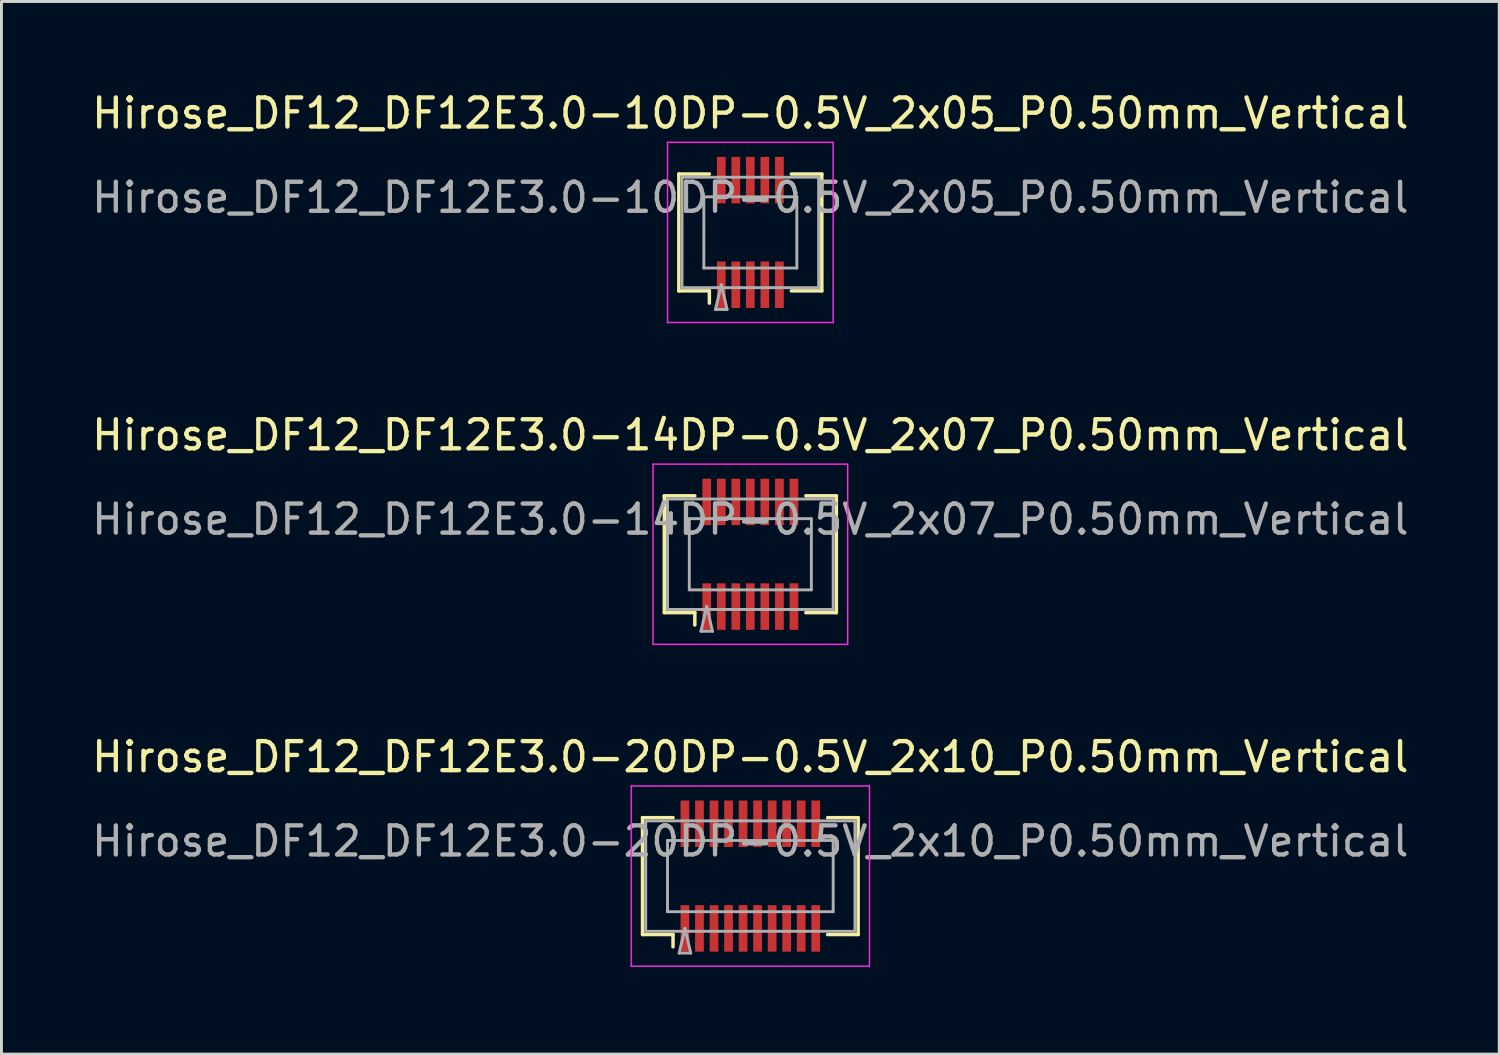
<source format=kicad_pcb>
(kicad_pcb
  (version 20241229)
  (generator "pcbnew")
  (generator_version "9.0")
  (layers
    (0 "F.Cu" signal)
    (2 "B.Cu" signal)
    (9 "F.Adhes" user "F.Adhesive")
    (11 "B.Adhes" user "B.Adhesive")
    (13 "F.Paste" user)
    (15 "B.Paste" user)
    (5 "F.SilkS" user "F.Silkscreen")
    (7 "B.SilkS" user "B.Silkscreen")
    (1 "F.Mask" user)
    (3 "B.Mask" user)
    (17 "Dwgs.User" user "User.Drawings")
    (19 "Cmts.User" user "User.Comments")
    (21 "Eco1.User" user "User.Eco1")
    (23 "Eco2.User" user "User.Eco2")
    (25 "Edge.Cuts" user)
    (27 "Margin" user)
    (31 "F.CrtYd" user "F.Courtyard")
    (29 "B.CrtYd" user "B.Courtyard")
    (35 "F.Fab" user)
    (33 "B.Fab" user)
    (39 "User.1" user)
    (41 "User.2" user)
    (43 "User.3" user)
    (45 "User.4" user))
  (footprint "Hirose_DF12_DF12E3.0-14DP-0.5V_2x07_P0.50mm_Vertical"
    (layer "F.Cu")
    (at 22.768 16.021)
    (property "Reference" "Hirose_DF12_DF12E3.0-14DP-0.5V_2x07_P0.50mm_Vertical" (at 0 -4.1 0) (layer "F.SilkS") (effects (font (size 1 1) (thickness 0.15))))
    (attr smd)
    (fp_line (start -2.96 -2.01) (end -1.91 -2.01) (stroke (width 0.12) (type solid)) (layer "F.SilkS"))
    (fp_line (start -2.96 2.01) (end -2.96 -2.01) (stroke (width 0.12) (type solid)) (layer "F.SilkS"))
    (fp_line (start -1.91 2.01) (end -2.96 2.01) (stroke (width 0.12) (type solid)) (layer "F.SilkS"))
    (fp_line (start -1.91 2.433) (end -1.91 2.01) (stroke (width 0.12) (type solid)) (layer "F.SilkS"))
    (fp_line (start 1.91 2.01) (end 2.96 2.01) (stroke (width 0.12) (type solid)) (layer "F.SilkS"))
    (fp_line (start 2.96 -2.01) (end 1.91 -2.01) (stroke (width 0.12) (type solid)) (layer "F.SilkS"))
    (fp_line (start 2.96 2.01) (end 2.96 -2.01) (stroke (width 0.12) (type solid)) (layer "F.SilkS"))
    (fp_line (start -3.35 -3.1) (end -3.35 3.1) (stroke (width 0.05) (type solid)) (layer "F.CrtYd"))
    (fp_line (start -3.35 3.1) (end 3.35 3.1) (stroke (width 0.05) (type solid)) (layer "F.CrtYd"))
    (fp_line (start 3.35 -3.1) (end -3.35 -3.1) (stroke (width 0.05) (type solid)) (layer "F.CrtYd"))
    (fp_line (start 3.35 3.1) (end 3.35 -3.1) (stroke (width 0.05) (type solid)) (layer "F.CrtYd"))
    (fp_line (start -2.85 -1.9) (end 2.85 -1.9) (stroke (width 0.1) (type solid)) (layer "F.Fab"))
    (fp_line (start -2.85 1.9) (end -2.85 -1.9) (stroke (width 0.1) (type solid)) (layer "F.Fab"))
    (fp_line (start -2.1 -1.225) (end 2.1 -1.225) (stroke (width 0.1) (type solid)) (layer "F.Fab"))
    (fp_line (start -2.1 1.225) (end -2.1 -1.225) (stroke (width 0.1) (type solid)) (layer "F.Fab"))
    (fp_line (start -1.7 2.65) (end -1.5 1.8) (stroke (width 0.1) (type solid)) (layer "F.Fab"))
    (fp_line (start -1.5 1.8) (end -1.3 2.65) (stroke (width 0.1) (type solid)) (layer "F.Fab"))
    (fp_line (start -1.3 2.65) (end -1.7 2.65) (stroke (width 0.1) (type solid)) (layer "F.Fab"))
    (fp_line (start 2.1 -1.225) (end 2.1 1.225) (stroke (width 0.1) (type solid)) (layer "F.Fab"))
    (fp_line (start 2.1 1.225) (end -2.1 1.225) (stroke (width 0.1) (type solid)) (layer "F.Fab"))
    (fp_line (start 2.85 -1.9) (end 2.85 1.9) (stroke (width 0.1) (type solid)) (layer "F.Fab"))
    (fp_line (start 2.85 1.9) (end -2.85 1.9) (stroke (width 0.1) (type solid)) (layer "F.Fab"))
    (fp_text user "${REFERENCE}" (at 0 -1.2 0) (layer "F.Fab") (effects (font (size 1 1) (thickness 0.15))))
    (pad "" smd rect (at -1.5 -2) (size 0.28 1.2) (layers "F.Paste"))
    (pad "" smd rect (at -1.5 2) (size 0.28 1.2) (layers "F.Paste"))
    (pad "" smd rect (at -1 -2) (size 0.28 1.2) (layers "F.Paste"))
    (pad "" smd rect (at -1 2) (size 0.28 1.2) (layers "F.Paste"))
    (pad "" smd rect (at -0.5 -2) (size 0.28 1.2) (layers "F.Paste"))
    (pad "" smd rect (at -0.5 2) (size 0.28 1.2) (layers "F.Paste"))
    (pad "" smd rect (at 0 -2) (size 0.28 1.2) (layers "F.Paste"))
    (pad "" smd rect (at 0 2) (size 0.28 1.2) (layers "F.Paste"))
    (pad "" smd rect (at 0.5 -2) (size 0.28 1.2) (layers "F.Paste"))
    (pad "" smd rect (at 0.5 2) (size 0.28 1.2) (layers "F.Paste"))
    (pad "" smd rect (at 1 -2) (size 0.28 1.2) (layers "F.Paste"))
    (pad "" smd rect (at 1 2) (size 0.28 1.2) (layers "F.Paste"))
    (pad "" smd rect (at 1.5 -2) (size 0.28 1.2) (layers "F.Paste"))
    (pad "" smd rect (at 1.5 2) (size 0.28 1.2) (layers "F.Paste"))
    (pad "1" smd rect (at -1.5 1.8) (size 0.3 1.6) (layers "F.Cu" "F.Mask"))
    (pad "2" smd rect (at -1 1.8) (size 0.3 1.6) (layers "F.Cu" "F.Mask"))
    (pad "3" smd rect (at -0.5 1.8) (size 0.3 1.6) (layers "F.Cu" "F.Mask"))
    (pad "4" smd rect (at 0 1.8) (size 0.3 1.6) (layers "F.Cu" "F.Mask"))
    (pad "5" smd rect (at 0.5 1.8) (size 0.3 1.6) (layers "F.Cu" "F.Mask"))
    (pad "6" smd rect (at 1 1.8) (size 0.3 1.6) (layers "F.Cu" "F.Mask"))
    (pad "7" smd rect (at 1.5 1.8) (size 0.3 1.6) (layers "F.Cu" "F.Mask"))
    (pad "8" smd rect (at -1.5 -1.8) (size 0.3 1.6) (layers "F.Cu" "F.Mask"))
    (pad "9" smd rect (at -1 -1.8) (size 0.3 1.6) (layers "F.Cu" "F.Mask"))
    (pad "10" smd rect (at -0.5 -1.8) (size 0.3 1.6) (layers "F.Cu" "F.Mask"))
    (pad "11" smd rect (at 0 -1.8) (size 0.3 1.6) (layers "F.Cu" "F.Mask"))
    (pad "12" smd rect (at 0.5 -1.8) (size 0.3 1.6) (layers "F.Cu" "F.Mask"))
    (pad "13" smd rect (at 1 -1.8) (size 0.3 1.6) (layers "F.Cu" "F.Mask"))
    (pad "14" smd rect (at 1.5 -1.8) (size 0.3 1.6) (layers "F.Cu" "F.Mask")))
  (footprint "Hirose_DF12_DF12E3.0-10DP-0.5V_2x05_P0.50mm_Vertical"
    (layer "F.Cu")
    (at 22.768 4.948)
    (property "Reference" "Hirose_DF12_DF12E3.0-10DP-0.5V_2x05_P0.50mm_Vertical" (at 0 -4.1 0) (layer "F.SilkS") (effects (font (size 1 1) (thickness 0.15))))
    (attr smd)
    (fp_line (start -2.46 -2.01) (end -1.41 -2.01) (stroke (width 0.12) (type solid)) (layer "F.SilkS"))
    (fp_line (start -2.46 2.01) (end -2.46 -2.01) (stroke (width 0.12) (type solid)) (layer "F.SilkS"))
    (fp_line (start -1.41 2.01) (end -2.46 2.01) (stroke (width 0.12) (type solid)) (layer "F.SilkS"))
    (fp_line (start -1.41 2.433) (end -1.41 2.01) (stroke (width 0.12) (type solid)) (layer "F.SilkS"))
    (fp_line (start 1.41 2.01) (end 2.46 2.01) (stroke (width 0.12) (type solid)) (layer "F.SilkS"))
    (fp_line (start 2.46 -2.01) (end 1.41 -2.01) (stroke (width 0.12) (type solid)) (layer "F.SilkS"))
    (fp_line (start 2.46 2.01) (end 2.46 -2.01) (stroke (width 0.12) (type solid)) (layer "F.SilkS"))
    (fp_line (start -2.85 -3.1) (end -2.85 3.1) (stroke (width 0.05) (type solid)) (layer "F.CrtYd"))
    (fp_line (start -2.85 3.1) (end 2.85 3.1) (stroke (width 0.05) (type solid)) (layer "F.CrtYd"))
    (fp_line (start 2.85 -3.1) (end -2.85 -3.1) (stroke (width 0.05) (type solid)) (layer "F.CrtYd"))
    (fp_line (start 2.85 3.1) (end 2.85 -3.1) (stroke (width 0.05) (type solid)) (layer "F.CrtYd"))
    (fp_line (start -2.35 -1.9) (end 2.35 -1.9) (stroke (width 0.1) (type solid)) (layer "F.Fab"))
    (fp_line (start -2.35 1.9) (end -2.35 -1.9) (stroke (width 0.1) (type solid)) (layer "F.Fab"))
    (fp_line (start -1.6 -1.225) (end 1.6 -1.225) (stroke (width 0.1) (type solid)) (layer "F.Fab"))
    (fp_line (start -1.6 1.225) (end -1.6 -1.225) (stroke (width 0.1) (type solid)) (layer "F.Fab"))
    (fp_line (start -1.2 2.65) (end -1 1.8) (stroke (width 0.1) (type solid)) (layer "F.Fab"))
    (fp_line (start -1 1.8) (end -0.8 2.65) (stroke (width 0.1) (type solid)) (layer "F.Fab"))
    (fp_line (start -0.8 2.65) (end -1.2 2.65) (stroke (width 0.1) (type solid)) (layer "F.Fab"))
    (fp_line (start 1.6 -1.225) (end 1.6 1.225) (stroke (width 0.1) (type solid)) (layer "F.Fab"))
    (fp_line (start 1.6 1.225) (end -1.6 1.225) (stroke (width 0.1) (type solid)) (layer "F.Fab"))
    (fp_line (start 2.35 -1.9) (end 2.35 1.9) (stroke (width 0.1) (type solid)) (layer "F.Fab"))
    (fp_line (start 2.35 1.9) (end -2.35 1.9) (stroke (width 0.1) (type solid)) (layer "F.Fab"))
    (fp_text user "${REFERENCE}" (at 0 -1.2 0) (layer "F.Fab") (effects (font (size 1 1) (thickness 0.15))))
    (pad "" smd rect (at -1 -2) (size 0.28 1.2) (layers "F.Paste"))
    (pad "" smd rect (at -1 2) (size 0.28 1.2) (layers "F.Paste"))
    (pad "" smd rect (at -0.5 -2) (size 0.28 1.2) (layers "F.Paste"))
    (pad "" smd rect (at -0.5 2) (size 0.28 1.2) (layers "F.Paste"))
    (pad "" smd rect (at 0 -2) (size 0.28 1.2) (layers "F.Paste"))
    (pad "" smd rect (at 0 2) (size 0.28 1.2) (layers "F.Paste"))
    (pad "" smd rect (at 0.5 -2) (size 0.28 1.2) (layers "F.Paste"))
    (pad "" smd rect (at 0.5 2) (size 0.28 1.2) (layers "F.Paste"))
    (pad "" smd rect (at 1 -2) (size 0.28 1.2) (layers "F.Paste"))
    (pad "" smd rect (at 1 2) (size 0.28 1.2) (layers "F.Paste"))
    (pad "1" smd rect (at -1 1.8) (size 0.3 1.6) (layers "F.Cu" "F.Mask"))
    (pad "2" smd rect (at -0.5 1.8) (size 0.3 1.6) (layers "F.Cu" "F.Mask"))
    (pad "3" smd rect (at 0 1.8) (size 0.3 1.6) (layers "F.Cu" "F.Mask"))
    (pad "4" smd rect (at 0.5 1.8) (size 0.3 1.6) (layers "F.Cu" "F.Mask"))
    (pad "5" smd rect (at 1 1.8) (size 0.3 1.6) (layers "F.Cu" "F.Mask"))
    (pad "6" smd rect (at -1 -1.8) (size 0.3 1.6) (layers "F.Cu" "F.Mask"))
    (pad "7" smd rect (at -0.5 -1.8) (size 0.3 1.6) (layers "F.Cu" "F.Mask"))
    (pad "8" smd rect (at 0 -1.8) (size 0.3 1.6) (layers "F.Cu" "F.Mask"))
    (pad "9" smd rect (at 0.5 -1.8) (size 0.3 1.6) (layers "F.Cu" "F.Mask"))
    (pad "10" smd rect (at 1 -1.8) (size 0.3 1.6) (layers "F.Cu" "F.Mask")))
  (footprint "Hirose_DF12_DF12E3.0-20DP-0.5V_2x10_P0.50mm_Vertical"
    (layer "F.Cu")
    (at 22.768 27.095)
    (property "Reference" "Hirose_DF12_DF12E3.0-20DP-0.5V_2x10_P0.50mm_Vertical" (at 0 -4.1 0) (layer "F.SilkS") (effects (font (size 1 1) (thickness 0.15))))
    (attr smd)
    (fp_line (start -3.71 -2.01) (end -2.66 -2.01) (stroke (width 0.12) (type solid)) (layer "F.SilkS"))
    (fp_line (start -3.71 2.01) (end -3.71 -2.01) (stroke (width 0.12) (type solid)) (layer "F.SilkS"))
    (fp_line (start -2.66 2.01) (end -3.71 2.01) (stroke (width 0.12) (type solid)) (layer "F.SilkS"))
    (fp_line (start -2.66 2.433) (end -2.66 2.01) (stroke (width 0.12) (type solid)) (layer "F.SilkS"))
    (fp_line (start 2.66 2.01) (end 3.71 2.01) (stroke (width 0.12) (type solid)) (layer "F.SilkS"))
    (fp_line (start 3.71 -2.01) (end 2.66 -2.01) (stroke (width 0.12) (type solid)) (layer "F.SilkS"))
    (fp_line (start 3.71 2.01) (end 3.71 -2.01) (stroke (width 0.12) (type solid)) (layer "F.SilkS"))
    (fp_line (start -4.1 -3.1) (end -4.1 3.1) (stroke (width 0.05) (type solid)) (layer "F.CrtYd"))
    (fp_line (start -4.1 3.1) (end 4.1 3.1) (stroke (width 0.05) (type solid)) (layer "F.CrtYd"))
    (fp_line (start 4.1 -3.1) (end -4.1 -3.1) (stroke (width 0.05) (type solid)) (layer "F.CrtYd"))
    (fp_line (start 4.1 3.1) (end 4.1 -3.1) (stroke (width 0.05) (type solid)) (layer "F.CrtYd"))
    (fp_line (start -3.6 -1.9) (end 3.6 -1.9) (stroke (width 0.1) (type solid)) (layer "F.Fab"))
    (fp_line (start -3.6 1.9) (end -3.6 -1.9) (stroke (width 0.1) (type solid)) (layer "F.Fab"))
    (fp_line (start -2.85 -1.225) (end 2.85 -1.225) (stroke (width 0.1) (type solid)) (layer "F.Fab"))
    (fp_line (start -2.85 1.225) (end -2.85 -1.225) (stroke (width 0.1) (type solid)) (layer "F.Fab"))
    (fp_line (start -2.45 2.65) (end -2.25 1.8) (stroke (width 0.1) (type solid)) (layer "F.Fab"))
    (fp_line (start -2.25 1.8) (end -2.05 2.65) (stroke (width 0.1) (type solid)) (layer "F.Fab"))
    (fp_line (start -2.05 2.65) (end -2.45 2.65) (stroke (width 0.1) (type solid)) (layer "F.Fab"))
    (fp_line (start 2.85 -1.225) (end 2.85 1.225) (stroke (width 0.1) (type solid)) (layer "F.Fab"))
    (fp_line (start 2.85 1.225) (end -2.85 1.225) (stroke (width 0.1) (type solid)) (layer "F.Fab"))
    (fp_line (start 3.6 -1.9) (end 3.6 1.9) (stroke (width 0.1) (type solid)) (layer "F.Fab"))
    (fp_line (start 3.6 1.9) (end -3.6 1.9) (stroke (width 0.1) (type solid)) (layer "F.Fab"))
    (fp_text user "${REFERENCE}" (at 0 -1.2 0) (layer "F.Fab") (effects (font (size 1 1) (thickness 0.15))))
    (pad "" smd rect (at -2.25 -2) (size 0.28 1.2) (layers "F.Paste"))
    (pad "" smd rect (at -2.25 2) (size 0.28 1.2) (layers "F.Paste"))
    (pad "" smd rect (at -1.75 -2) (size 0.28 1.2) (layers "F.Paste"))
    (pad "" smd rect (at -1.75 2) (size 0.28 1.2) (layers "F.Paste"))
    (pad "" smd rect (at -1.25 -2) (size 0.28 1.2) (layers "F.Paste"))
    (pad "" smd rect (at -1.25 2) (size 0.28 1.2) (layers "F.Paste"))
    (pad "" smd rect (at -0.75 -2) (size 0.28 1.2) (layers "F.Paste"))
    (pad "" smd rect (at -0.75 2) (size 0.28 1.2) (layers "F.Paste"))
    (pad "" smd rect (at -0.25 -2) (size 0.28 1.2) (layers "F.Paste"))
    (pad "" smd rect (at -0.25 2) (size 0.28 1.2) (layers "F.Paste"))
    (pad "" smd rect (at 0.25 -2) (size 0.28 1.2) (layers "F.Paste"))
    (pad "" smd rect (at 0.25 2) (size 0.28 1.2) (layers "F.Paste"))
    (pad "" smd rect (at 0.75 -2) (size 0.28 1.2) (layers "F.Paste"))
    (pad "" smd rect (at 0.75 2) (size 0.28 1.2) (layers "F.Paste"))
    (pad "" smd rect (at 1.25 -2) (size 0.28 1.2) (layers "F.Paste"))
    (pad "" smd rect (at 1.25 2) (size 0.28 1.2) (layers "F.Paste"))
    (pad "" smd rect (at 1.75 -2) (size 0.28 1.2) (layers "F.Paste"))
    (pad "" smd rect (at 1.75 2) (size 0.28 1.2) (layers "F.Paste"))
    (pad "" smd rect (at 2.25 -2) (size 0.28 1.2) (layers "F.Paste"))
    (pad "" smd rect (at 2.25 2) (size 0.28 1.2) (layers "F.Paste"))
    (pad "1" smd rect (at -2.25 1.8) (size 0.3 1.6) (layers "F.Cu" "F.Mask"))
    (pad "2" smd rect (at -1.75 1.8) (size 0.3 1.6) (layers "F.Cu" "F.Mask"))
    (pad "3" smd rect (at -1.25 1.8) (size 0.3 1.6) (layers "F.Cu" "F.Mask"))
    (pad "4" smd rect (at -0.75 1.8) (size 0.3 1.6) (layers "F.Cu" "F.Mask"))
    (pad "5" smd rect (at -0.25 1.8) (size 0.3 1.6) (layers "F.Cu" "F.Mask"))
    (pad "6" smd rect (at 0.25 1.8) (size 0.3 1.6) (layers "F.Cu" "F.Mask"))
    (pad "7" smd rect (at 0.75 1.8) (size 0.3 1.6) (layers "F.Cu" "F.Mask"))
    (pad "8" smd rect (at 1.25 1.8) (size 0.3 1.6) (layers "F.Cu" "F.Mask"))
    (pad "9" smd rect (at 1.75 1.8) (size 0.3 1.6) (layers "F.Cu" "F.Mask"))
    (pad "10" smd rect (at 2.25 1.8) (size 0.3 1.6) (layers "F.Cu" "F.Mask"))
    (pad "11" smd rect (at -2.25 -1.8) (size 0.3 1.6) (layers "F.Cu" "F.Mask"))
    (pad "12" smd rect (at -1.75 -1.8) (size 0.3 1.6) (layers "F.Cu" "F.Mask"))
    (pad "13" smd rect (at -1.25 -1.8) (size 0.3 1.6) (layers "F.Cu" "F.Mask"))
    (pad "14" smd rect (at -0.75 -1.8) (size 0.3 1.6) (layers "F.Cu" "F.Mask"))
    (pad "15" smd rect (at -0.25 -1.8) (size 0.3 1.6) (layers "F.Cu" "F.Mask"))
    (pad "16" smd rect (at 0.25 -1.8) (size 0.3 1.6) (layers "F.Cu" "F.Mask"))
    (pad "17" smd rect (at 0.75 -1.8) (size 0.3 1.6) (layers "F.Cu" "F.Mask"))
    (pad "18" smd rect (at 1.25 -1.8) (size 0.3 1.6) (layers "F.Cu" "F.Mask"))
    (pad "19" smd rect (at 1.75 -1.8) (size 0.3 1.6) (layers "F.Cu" "F.Mask"))
    (pad "20" smd rect (at 2.25 -1.8) (size 0.3 1.6) (layers "F.Cu" "F.Mask")))
  (gr_rect
    (start -3 -3)
    (end 48.536 33.22)
    (stroke (width 0.1) (type default))
    (fill no)
    (layer "Edge.Cuts")))
</source>
